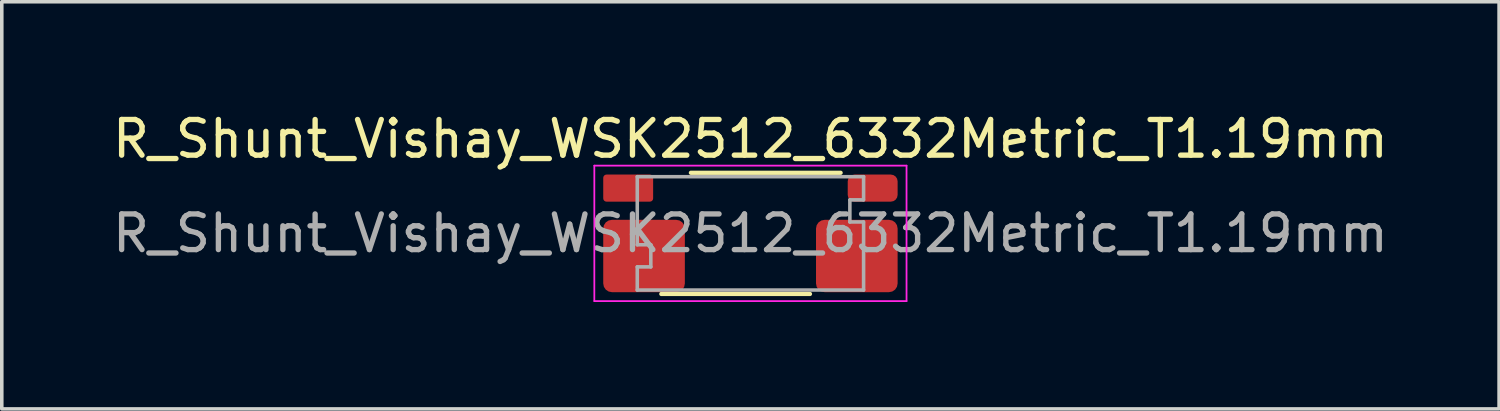
<source format=kicad_pcb>
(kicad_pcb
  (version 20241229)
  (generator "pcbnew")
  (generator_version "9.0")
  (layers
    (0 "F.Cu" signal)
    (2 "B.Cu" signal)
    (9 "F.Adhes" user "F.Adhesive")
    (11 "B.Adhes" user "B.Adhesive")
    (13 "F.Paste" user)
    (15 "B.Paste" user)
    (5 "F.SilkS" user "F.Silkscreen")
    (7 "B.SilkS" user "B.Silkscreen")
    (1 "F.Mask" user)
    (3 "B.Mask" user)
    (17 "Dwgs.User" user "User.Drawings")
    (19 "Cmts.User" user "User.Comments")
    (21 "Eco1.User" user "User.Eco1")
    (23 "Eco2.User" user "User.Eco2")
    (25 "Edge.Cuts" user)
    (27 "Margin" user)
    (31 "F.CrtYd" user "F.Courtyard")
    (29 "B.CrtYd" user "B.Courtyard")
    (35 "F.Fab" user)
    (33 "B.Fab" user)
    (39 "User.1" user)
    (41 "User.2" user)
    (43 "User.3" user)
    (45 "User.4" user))
  (footprint "R_Shunt_Vishay_WSK2512_6332Metric_T1.19mm"
    (layer "F.Cu")
    (at 18.006 3.498)
    (property "Reference" "R_Shunt_Vishay_WSK2512_6332Metric_T1.19mm" (at 0 -2.65 0) (layer "F.SilkS") (effects (font (size 1 1) (thickness 0.15))))
    (attr smd)
    (fp_line (start -2.5 1.7) (end 1.67 1.7) (stroke (width 0.12) (type solid)) (layer "F.SilkS"))
    (fp_line (start -1.67 -1.7) (end 2.53 -1.7) (stroke (width 0.12) (type solid)) (layer "F.SilkS"))
    (fp_line (start -4.38 -1.9) (end 4.38 -1.9) (stroke (width 0.05) (type solid)) (layer "F.CrtYd"))
    (fp_line (start -4.38 1.9) (end -4.38 -1.9) (stroke (width 0.05) (type solid)) (layer "F.CrtYd"))
    (fp_line (start 4.38 -1.9) (end 4.38 1.9) (stroke (width 0.05) (type solid)) (layer "F.CrtYd"))
    (fp_line (start 4.38 1.9) (end -4.38 1.9) (stroke (width 0.05) (type solid)) (layer "F.CrtYd"))
    (fp_line (start -3.175 -1.59) (end 3.175 -1.59) (stroke (width 0.1) (type solid)) (layer "F.Fab"))
    (fp_line (start -3.175 0.32) (end -3.175 -1.59) (stroke (width 0.1) (type solid)) (layer "F.Fab"))
    (fp_line (start -3.175 0.32) (end -2.795 0.32) (stroke (width 0.1) (type solid)) (layer "F.Fab"))
    (fp_line (start -3.175 0.94) (end -3.175 1.59) (stroke (width 0.1) (type solid)) (layer "F.Fab"))
    (fp_line (start -3.175 0.94) (end -2.795 0.94) (stroke (width 0.1) (type solid)) (layer "F.Fab"))
    (fp_line (start -2.795 0.94) (end -2.795 0.32) (stroke (width 0.1) (type solid)) (layer "F.Fab"))
    (fp_line (start 2.79 -0.94) (end 3.17 -0.94) (stroke (width 0.1) (type solid)) (layer "F.Fab"))
    (fp_line (start 2.79 -0.32) (end 2.79 -0.94) (stroke (width 0.1) (type solid)) (layer "F.Fab"))
    (fp_line (start 2.79 -0.32) (end 3.17 -0.32) (stroke (width 0.1) (type solid)) (layer "F.Fab"))
    (fp_line (start 3.175 -0.94) (end 3.175 -1.59) (stroke (width 0.1) (type solid)) (layer "F.Fab"))
    (fp_line (start 3.175 -0.32) (end 3.175 1.59) (stroke (width 0.1) (type solid)) (layer "F.Fab"))
    (fp_line (start 3.175 1.59) (end -3.175 1.59) (stroke (width 0.1) (type solid)) (layer "F.Fab"))
    (fp_text user "${REFERENCE}" (at 0 0 0) (layer "F.Fab") (effects (font (size 1 1) (thickness 0.15))))
    (pad "1" smd roundrect (at -2.985 0.635) (size 2.29 2.03) (layers "F.Cu" "F.Mask" "F.Paste") (roundrect_rratio 0.12))
    (pad "2" smd roundrect (at -3.43 -1.27) (size 1.4 0.76) (layers "F.Cu" "F.Mask" "F.Paste") (roundrect_rratio 0.12))
    (pad "3" smd roundrect (at 3.43 -1.27) (size 1.4 0.76) (layers "F.Cu" "F.Mask" "F.Paste") (roundrect_rratio 0.25))
    (pad "4" smd roundrect (at 2.985 0.635) (size 2.29 2.03) (layers "F.Cu" "F.Mask" "F.Paste") (roundrect_rratio 0.12)))
  (gr_rect
    (start -3 -3)
    (end 39.012 8.423)
    (stroke (width 0.1) (type default))
    (fill no)
    (layer "Edge.Cuts")))
</source>
